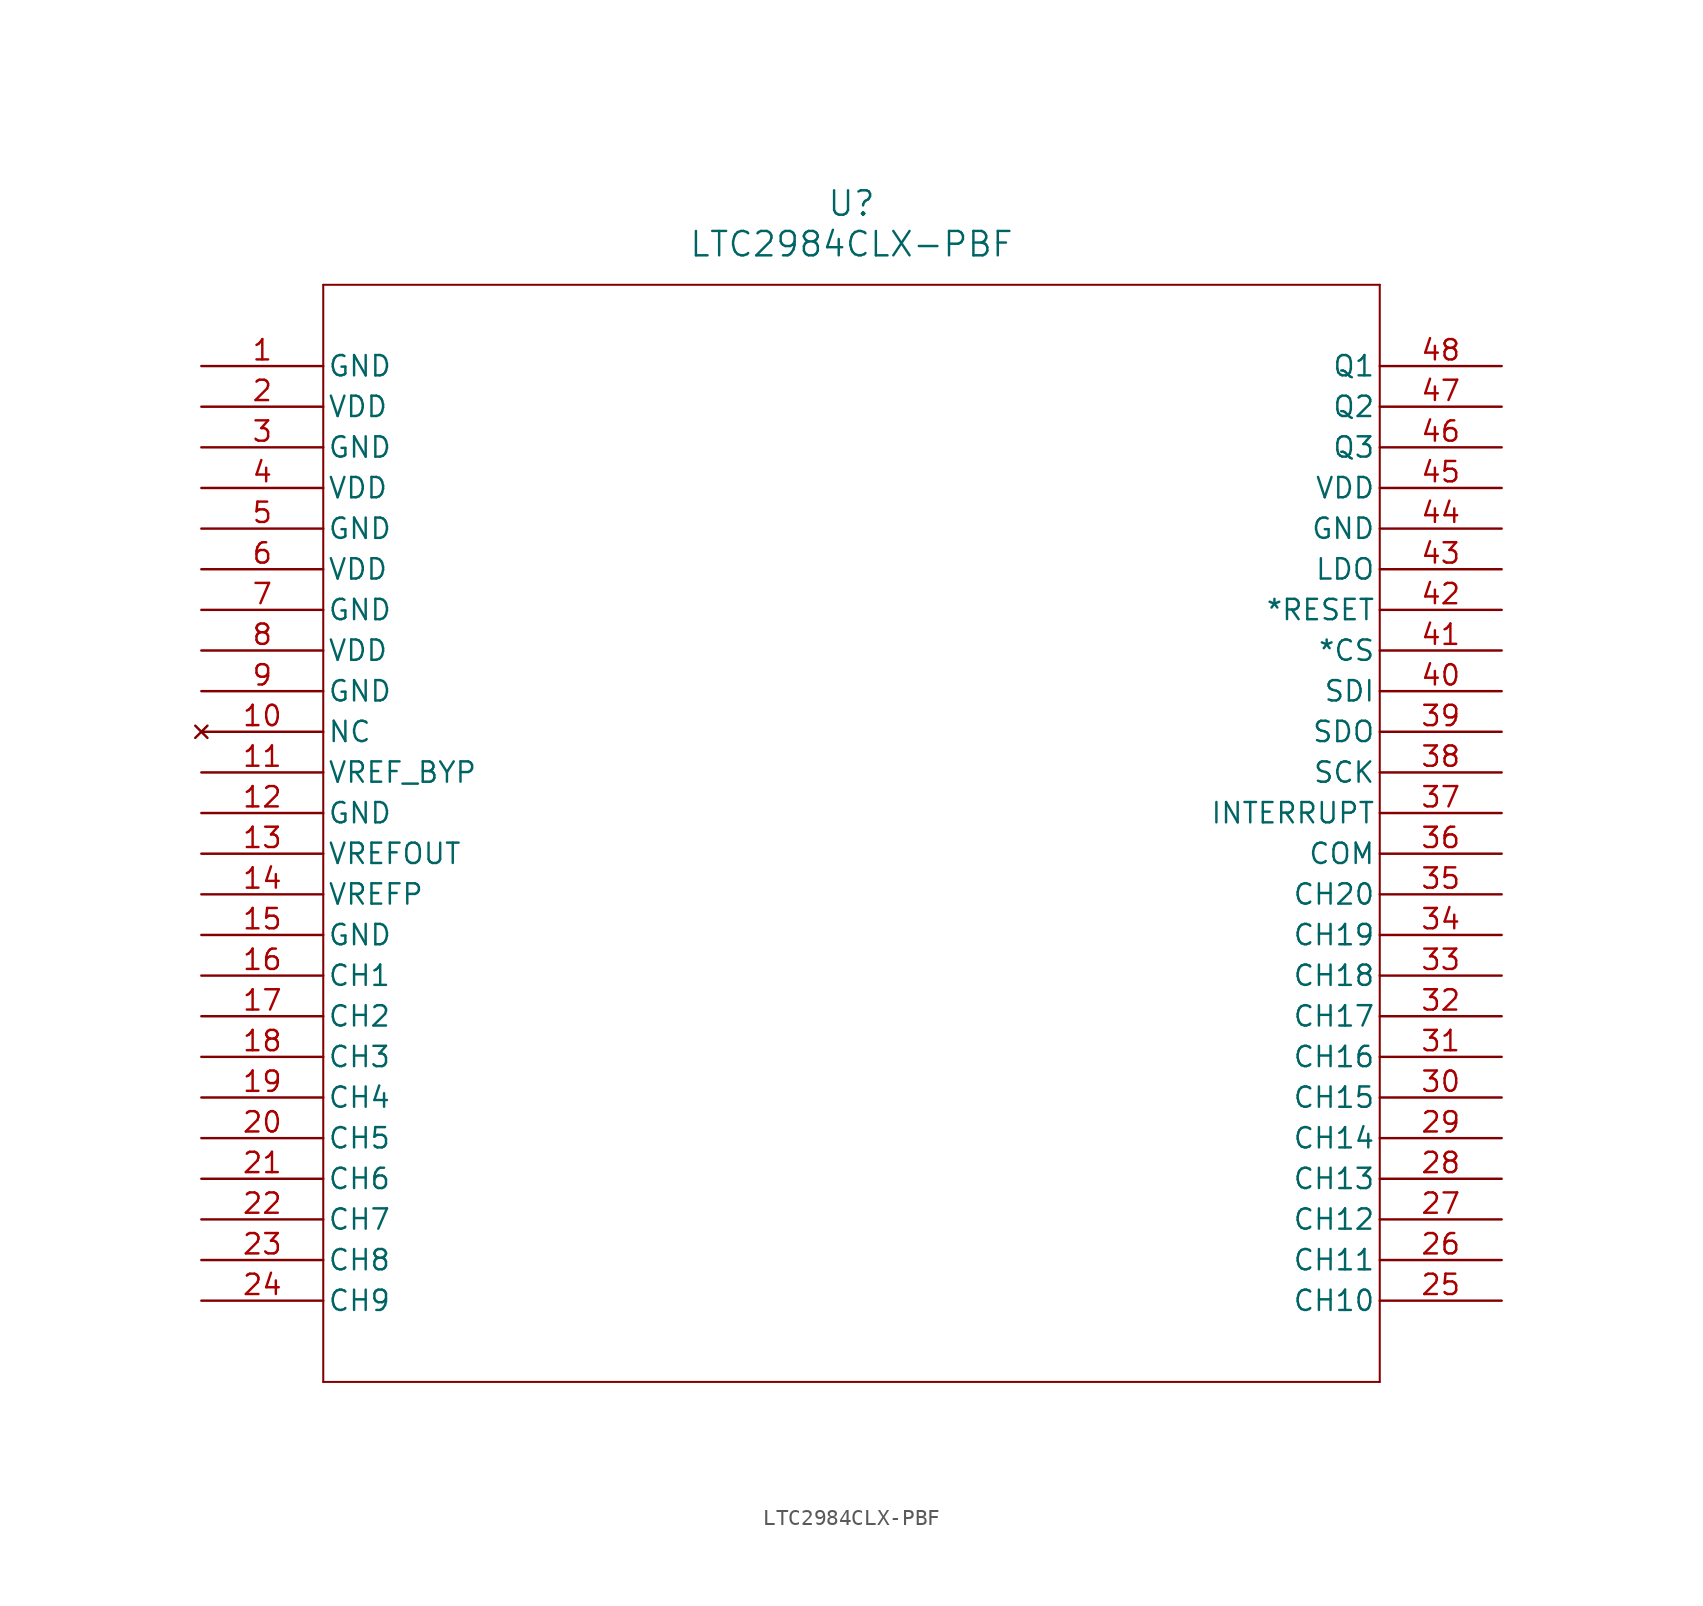
<source format=kicad_sym>
(kicad_symbol_lib
  (version 20211014)
  (generator kicad_symbol_editor)
  (symbol "LTC2984CLX-PBF"
    (pin_names
      (offset 0.254))
    (property "Reference" "U"
      (at 40.64 10.16 0)
      (effects (font (size 1.524 1.524))))
    (property "Value" "LTC2984CLX-PBF"
      (at 40.64 7.62 0)
      (effects (font (size 1.524 1.524))))
    (symbol "LTC2984CLX-PBF_0_1"
      (polyline (pts (xy 7.62 5.08) (xy 7.62 -63.5)) (stroke (width 0.127) (type default) (color 0 0 0 0)) (fill (type none)))
      (polyline (pts (xy 7.62 -63.5) (xy 73.66 -63.5)) (stroke (width 0.127) (type default) (color 0 0 0 0)) (fill (type none)))
      (polyline (pts (xy 73.66 -63.5) (xy 73.66 5.08)) (stroke (width 0.127) (type default) (color 0 0 0 0)) (fill (type none)))
      (polyline (pts (xy 73.66 5.08) (xy 7.62 5.08)) (stroke (width 0.127) (type default) (color 0 0 0 0)) (fill (type none)))
      (pin power_in line (at 0 0 0) (length 7.62) (name "GND" (effects (font (size 1.27 1.27)))) (number "1" (effects (font (size 1.27 1.27)))))
      (pin power_in line (at 0 -2.54 0) (length 7.62) (name "VDD" (effects (font (size 1.27 1.27)))) (number "2" (effects (font (size 1.27 1.27)))))
      (pin power_in line (at 0 -5.08 0) (length 7.62) (name "GND" (effects (font (size 1.27 1.27)))) (number "3" (effects (font (size 1.27 1.27)))))
      (pin power_in line (at 0 -7.62 0) (length 7.62) (name "VDD" (effects (font (size 1.27 1.27)))) (number "4" (effects (font (size 1.27 1.27)))))
      (pin power_in line (at 0 -10.16 0) (length 7.62) (name "GND" (effects (font (size 1.27 1.27)))) (number "5" (effects (font (size 1.27 1.27)))))
      (pin power_in line (at 0 -12.7 0) (length 7.62) (name "VDD" (effects (font (size 1.27 1.27)))) (number "6" (effects (font (size 1.27 1.27)))))
      (pin power_in line (at 0 -15.24 0) (length 7.62) (name "GND" (effects (font (size 1.27 1.27)))) (number "7" (effects (font (size 1.27 1.27)))))
      (pin power_in line (at 0 -17.78 0) (length 7.62) (name "VDD" (effects (font (size 1.27 1.27)))) (number "8" (effects (font (size 1.27 1.27)))))
      (pin power_in line (at 0 -20.32 0) (length 7.62) (name "GND" (effects (font (size 1.27 1.27)))) (number "9" (effects (font (size 1.27 1.27)))))
      (pin no_connect line (at 0 -22.86 0) (length 7.62) (name "NC" (effects (font (size 1.27 1.27)))) (number "10" (effects (font (size 1.27 1.27)))))
      (pin power_in line (at 0 -25.4 0) (length 7.62) (name "VREF_BYP" (effects (font (size 1.27 1.27)))) (number "11" (effects (font (size 1.27 1.27)))))
      (pin power_in line (at 0 -27.94 0) (length 7.62) (name "GND" (effects (font (size 1.27 1.27)))) (number "12" (effects (font (size 1.27 1.27)))))
      (pin output line (at 0 -30.48 0) (length 7.62) (name "VREFOUT" (effects (font (size 1.27 1.27)))) (number "13" (effects (font (size 1.27 1.27)))))
      (pin input line (at 0 -33.02 0) (length 7.62) (name "VREFP" (effects (font (size 1.27 1.27)))) (number "14" (effects (font (size 1.27 1.27)))))
      (pin power_in line (at 0 -35.56 0) (length 7.62) (name "GND" (effects (font (size 1.27 1.27)))) (number "15" (effects (font (size 1.27 1.27)))))
      (pin input line (at 0 -38.1 0) (length 7.62) (name "CH1" (effects (font (size 1.27 1.27)))) (number "16" (effects (font (size 1.27 1.27)))))
      (pin input line (at 0 -40.64 0) (length 7.62) (name "CH2" (effects (font (size 1.27 1.27)))) (number "17" (effects (font (size 1.27 1.27)))))
      (pin input line (at 0 -43.18 0) (length 7.62) (name "CH3" (effects (font (size 1.27 1.27)))) (number "18" (effects (font (size 1.27 1.27)))))
      (pin input line (at 0 -45.72 0) (length 7.62) (name "CH4" (effects (font (size 1.27 1.27)))) (number "19" (effects (font (size 1.27 1.27)))))
      (pin input line (at 0 -48.26 0) (length 7.62) (name "CH5" (effects (font (size 1.27 1.27)))) (number "20" (effects (font (size 1.27 1.27)))))
      (pin input line (at 0 -50.8 0) (length 7.62) (name "CH6" (effects (font (size 1.27 1.27)))) (number "21" (effects (font (size 1.27 1.27)))))
      (pin input line (at 0 -53.34 0) (length 7.62) (name "CH7" (effects (font (size 1.27 1.27)))) (number "22" (effects (font (size 1.27 1.27)))))
      (pin input line (at 0 -55.88 0) (length 7.62) (name "CH8" (effects (font (size 1.27 1.27)))) (number "23" (effects (font (size 1.27 1.27)))))
      (pin input line (at 0 -58.42 0) (length 7.62) (name "CH9" (effects (font (size 1.27 1.27)))) (number "24" (effects (font (size 1.27 1.27)))))
      (pin input line (at 81.28 -58.42 180) (length 7.62) (name "CH10" (effects (font (size 1.27 1.27)))) (number "25" (effects (font (size 1.27 1.27)))))
      (pin input line (at 81.28 -55.88 180) (length 7.62) (name "CH11" (effects (font (size 1.27 1.27)))) (number "26" (effects (font (size 1.27 1.27)))))
      (pin input line (at 81.28 -53.34 180) (length 7.62) (name "CH12" (effects (font (size 1.27 1.27)))) (number "27" (effects (font (size 1.27 1.27)))))
      (pin input line (at 81.28 -50.8 180) (length 7.62) (name "CH13" (effects (font (size 1.27 1.27)))) (number "28" (effects (font (size 1.27 1.27)))))
      (pin input line (at 81.28 -48.26 180) (length 7.62) (name "CH14" (effects (font (size 1.27 1.27)))) (number "29" (effects (font (size 1.27 1.27)))))
      (pin input line (at 81.28 -45.72 180) (length 7.62) (name "CH15" (effects (font (size 1.27 1.27)))) (number "30" (effects (font (size 1.27 1.27)))))
      (pin input line (at 81.28 -43.18 180) (length 7.62) (name "CH16" (effects (font (size 1.27 1.27)))) (number "31" (effects (font (size 1.27 1.27)))))
      (pin input line (at 81.28 -40.64 180) (length 7.62) (name "CH17" (effects (font (size 1.27 1.27)))) (number "32" (effects (font (size 1.27 1.27)))))
      (pin input line (at 81.28 -38.1 180) (length 7.62) (name "CH18" (effects (font (size 1.27 1.27)))) (number "33" (effects (font (size 1.27 1.27)))))
      (pin input line (at 81.28 -35.56 180) (length 7.62) (name "CH19" (effects (font (size 1.27 1.27)))) (number "34" (effects (font (size 1.27 1.27)))))
      (pin input line (at 81.28 -33.02 180) (length 7.62) (name "CH20" (effects (font (size 1.27 1.27)))) (number "35" (effects (font (size 1.27 1.27)))))
      (pin input line (at 81.28 -30.48 180) (length 7.62) (name "COM" (effects (font (size 1.27 1.27)))) (number "36" (effects (font (size 1.27 1.27)))))
      (pin output line (at 81.28 -27.94 180) (length 7.62) (name "INTERRUPT" (effects (font (size 1.27 1.27)))) (number "37" (effects (font (size 1.27 1.27)))))
      (pin unspecified line (at 81.28 -25.4 180) (length 7.62) (name "SCK" (effects (font (size 1.27 1.27)))) (number "38" (effects (font (size 1.27 1.27)))))
      (pin output line (at 81.28 -22.86 180) (length 7.62) (name "SDO" (effects (font (size 1.27 1.27)))) (number "39" (effects (font (size 1.27 1.27)))))
      (pin input line (at 81.28 -20.32 180) (length 7.62) (name "SDI" (effects (font (size 1.27 1.27)))) (number "40" (effects (font (size 1.27 1.27)))))
      (pin bidirectional line (at 81.28 -17.78 180) (length 7.62) (name "*CS" (effects (font (size 1.27 1.27)))) (number "41" (effects (font (size 1.27 1.27)))))
      (pin unspecified line (at 81.28 -15.24 180) (length 7.62) (name "*RESET" (effects (font (size 1.27 1.27)))) (number "42" (effects (font (size 1.27 1.27)))))
      (pin output line (at 81.28 -12.7 180) (length 7.62) (name "LDO" (effects (font (size 1.27 1.27)))) (number "43" (effects (font (size 1.27 1.27)))))
      (pin power_in line (at 81.28 -10.16 180) (length 7.62) (name "GND" (effects (font (size 1.27 1.27)))) (number "44" (effects (font (size 1.27 1.27)))))
      (pin power_in line (at 81.28 -7.62 180) (length 7.62) (name "VDD" (effects (font (size 1.27 1.27)))) (number "45" (effects (font (size 1.27 1.27)))))
      (pin unspecified line (at 81.28 -5.08 180) (length 7.62) (name "Q3" (effects (font (size 1.27 1.27)))) (number "46" (effects (font (size 1.27 1.27)))))
      (pin unspecified line (at 81.28 -2.54 180) (length 7.62) (name "Q2" (effects (font (size 1.27 1.27)))) (number "47" (effects (font (size 1.27 1.27)))))
      (pin unspecified line (at 81.28 0 180) (length 7.62) (name "Q1" (effects (font (size 1.27 1.27)))) (number "48" (effects (font (size 1.27 1.27))))))))
</source>
